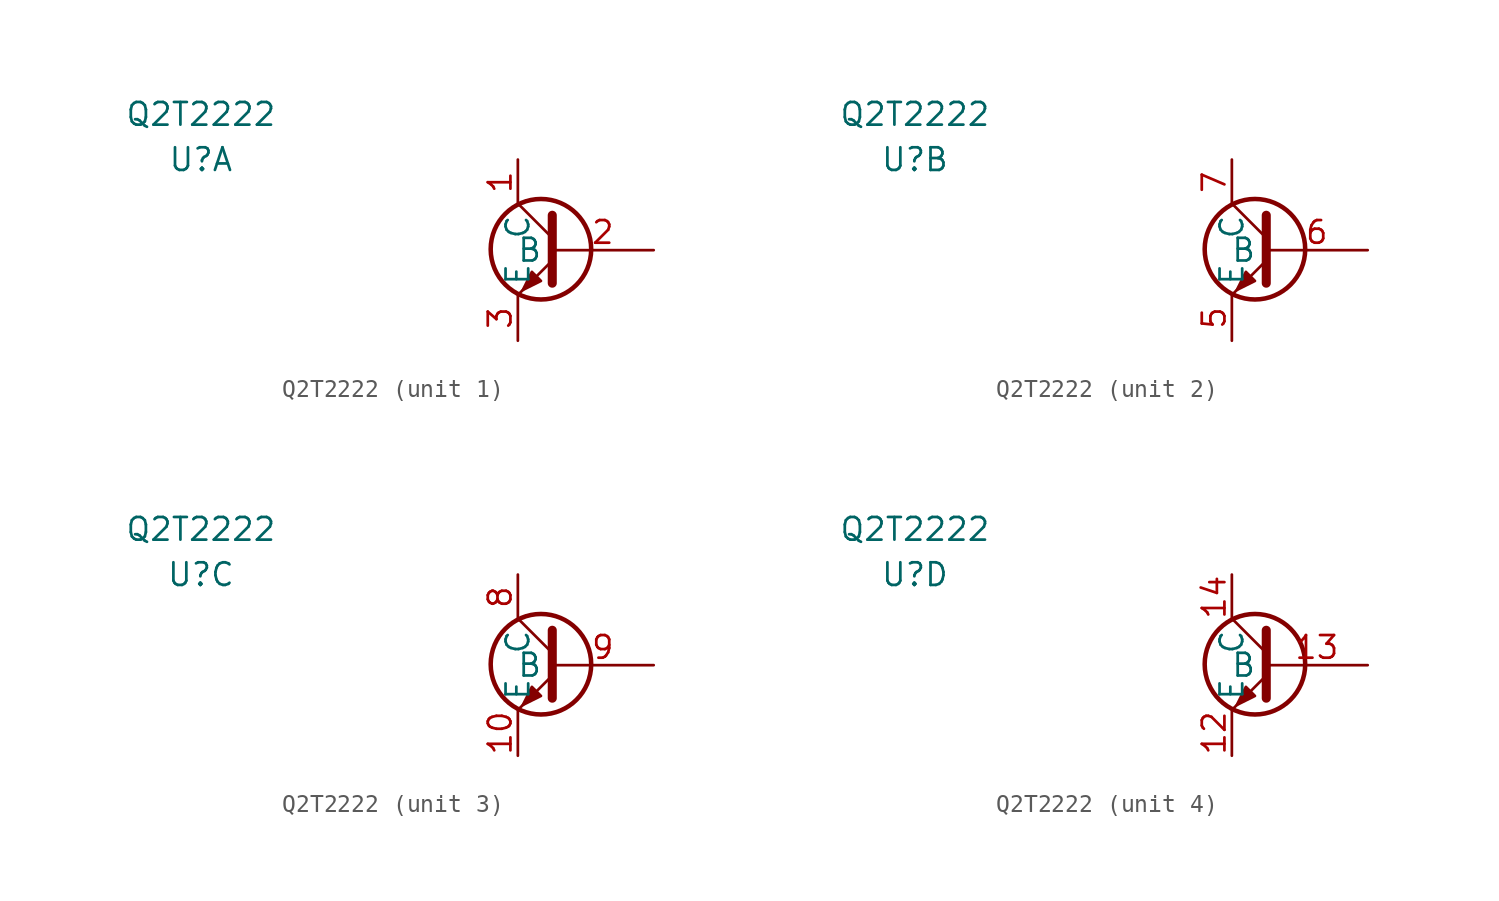
<source format=kicad_sym>
(kicad_symbol_lib
  (version 20220914)
  (generator kicad_symbol_editor)
  (symbol "Q2T2222"
    (property "Reference" "U"
      (at -17.78 5.08 0)
      (effects (font (size 1.27 1.27))))
    (property "Value" "Q2T2222"
      (at -17.78 7.62 0)
      (effects (font (size 1.27 1.27))))
    (symbol "Q2T2222_0_1"
      (polyline (pts (xy 1.93 0.686) (xy 0.025 2.591)) (stroke (width 0) (type default)) (fill (type none)))
      (polyline (pts (xy 1.93 -0.584) (xy 0.025 -2.489) (xy 0.025 -2.489)) (stroke (width 0) (type default)) (fill (type none)))
      (polyline (pts (xy 1.93 1.956) (xy 1.93 -1.854) (xy 1.93 -1.854)) (stroke (width 0.508) (type default)) (fill (type color) (color 255 255 194 1)))
      (polyline (pts (xy 1.295 -1.727) (xy 0.787 -1.219) (xy 0.279 -2.235) (xy 1.295 -1.727) (xy 1.295 -1.727)) (stroke (width 0) (type default)) (fill (type outline)))
      (circle (center 1.295 0.051) (radius 2.819) (stroke (width 0.254) (type default)) (fill (type none))))
    (symbol "Q2T2222_1_1"
      (pin passive line (at 0 5.08 270) (length 2.54) (name "C" (effects (font (size 1.27 1.27)))) (number "1" (effects (font (size 1.27 1.27)))))
      (pin passive line (at 7.62 0 180) (length 5.715) (name "B" (effects (font (size 1.27 1.27)))) (number "2" (effects (font (size 1.27 1.27)))))
      (pin passive line (at 0 -5.08 90) (length 2.54) (name "E" (effects (font (size 1.27 1.27)))) (number "3" (effects (font (size 1.27 1.27))))))
    (symbol "Q2T2222_2_1"
      (pin passive line (at 0 -5.08 90) (length 2.54) (name "E" (effects (font (size 1.27 1.27)))) (number "5" (effects (font (size 1.27 1.27)))))
      (pin passive line (at 7.62 0 180) (length 5.715) (name "B" (effects (font (size 1.27 1.27)))) (number "6" (effects (font (size 1.27 1.27)))))
      (pin passive line (at 0 5.08 270) (length 2.54) (name "C" (effects (font (size 1.27 1.27)))) (number "7" (effects (font (size 1.27 1.27))))))
    (symbol "Q2T2222_3_1"
      (pin passive line (at 0 -5.08 90) (length 2.54) (name "E" (effects (font (size 1.27 1.27)))) (number "10" (effects (font (size 1.27 1.27)))))
      (pin passive line (at 0 5.08 270) (length 2.54) (name "C" (effects (font (size 1.27 1.27)))) (number "8" (effects (font (size 1.27 1.27)))))
      (pin passive line (at 7.62 0 180) (length 5.715) (name "B" (effects (font (size 1.27 1.27)))) (number "9" (effects (font (size 1.27 1.27))))))
    (symbol "Q2T2222_4_1"
      (pin passive line (at 0 -5.08 90) (length 2.54) (name "E" (effects (font (size 1.27 1.27)))) (number "12" (effects (font (size 1.27 1.27)))))
      (pin passive line (at 7.62 0 180) (length 5.715) (name "B" (effects (font (size 1.27 1.27)))) (number "13" (effects (font (size 1.27 1.27)))))
      (pin passive line (at 0 5.08 270) (length 2.54) (name "C" (effects (font (size 1.27 1.27)))) (number "14" (effects (font (size 1.27 1.27))))))))
</source>
